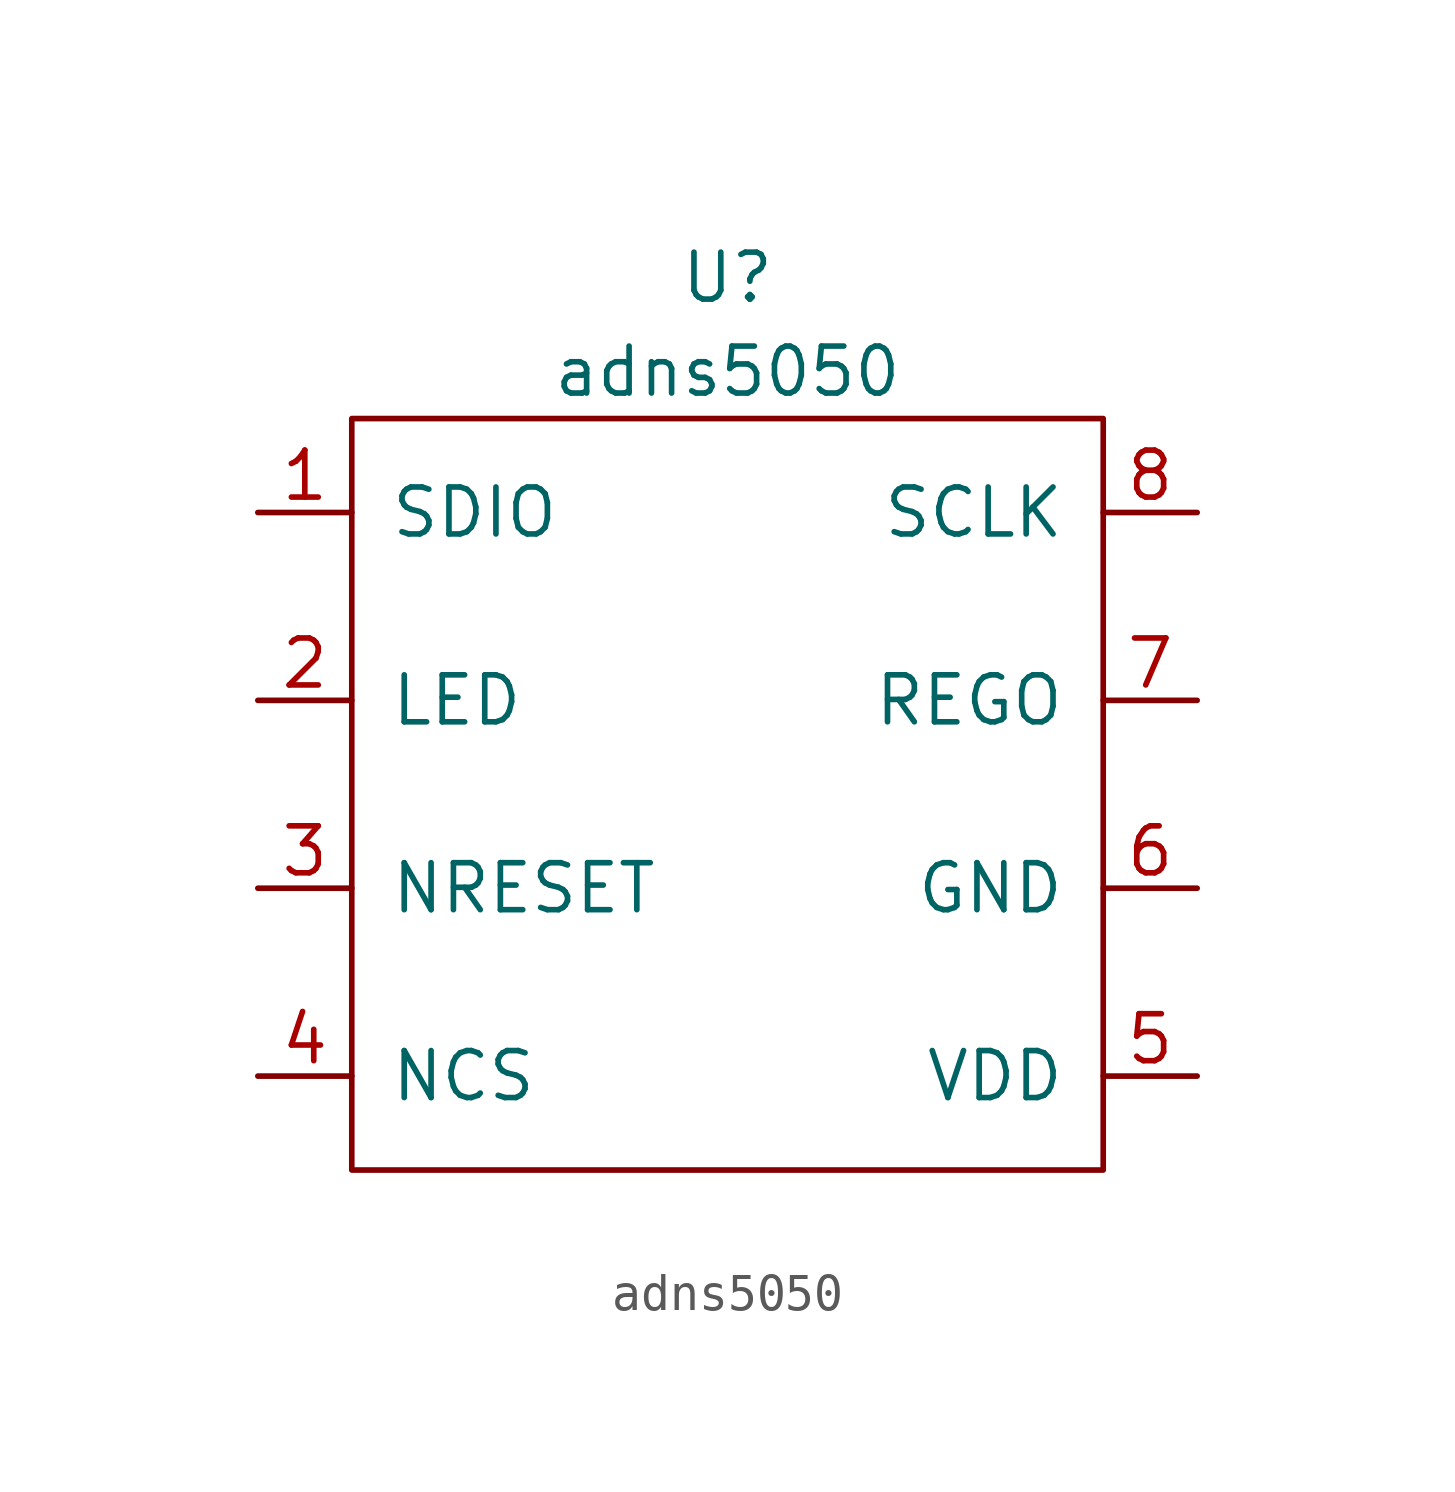
<source format=kicad_sym>
(kicad_symbol_lib
  (version 20211014)
  (generator kicad_symbol_editor)
  (symbol "adns5050"
    (pin_names
      (offset 1.016))
    (property "Reference" "U"
      (at 0 13.97 0)
      (effects (font (size 1.27 1.27))))
    (property "Value" "adns5050"
      (at 0 11.43 0)
      (effects (font (size 1.27 1.27))))
    (symbol "adns5050_0_1"
      (rectangle (start -10.16 10.16) (end 10.16 -10.16) (stroke (width 0) (type default) (color 0 0 0 0)) (fill (type none))))
    (symbol "adns5050_1_1"
      (pin bidirectional line (at -12.7 7.62 0) (length 2.54) (name "SDIO" (effects (font (size 1.27 1.27)))) (number "1" (effects (font (size 1.27 1.27)))))
      (pin bidirectional line (at -12.7 2.54 0) (length 2.54) (name "LED" (effects (font (size 1.27 1.27)))) (number "2" (effects (font (size 1.27 1.27)))))
      (pin bidirectional line (at -12.7 -2.54 0) (length 2.54) (name "NRESET" (effects (font (size 1.27 1.27)))) (number "3" (effects (font (size 1.27 1.27)))))
      (pin bidirectional line (at -12.7 -7.62 0) (length 2.54) (name "NCS" (effects (font (size 1.27 1.27)))) (number "4" (effects (font (size 1.27 1.27)))))
      (pin power_in line (at 12.7 -7.62 180) (length 2.54) (name "VDD" (effects (font (size 1.27 1.27)))) (number "5" (effects (font (size 1.27 1.27)))))
      (pin power_in line (at 12.7 -2.54 180) (length 2.54) (name "GND" (effects (font (size 1.27 1.27)))) (number "6" (effects (font (size 1.27 1.27)))))
      (pin bidirectional line (at 12.7 2.54 180) (length 2.54) (name "REGO" (effects (font (size 1.27 1.27)))) (number "7" (effects (font (size 1.27 1.27)))))
      (pin bidirectional line (at 12.7 7.62 180) (length 2.54) (name "SCLK" (effects (font (size 1.27 1.27)))) (number "8" (effects (font (size 1.27 1.27))))))))
</source>
